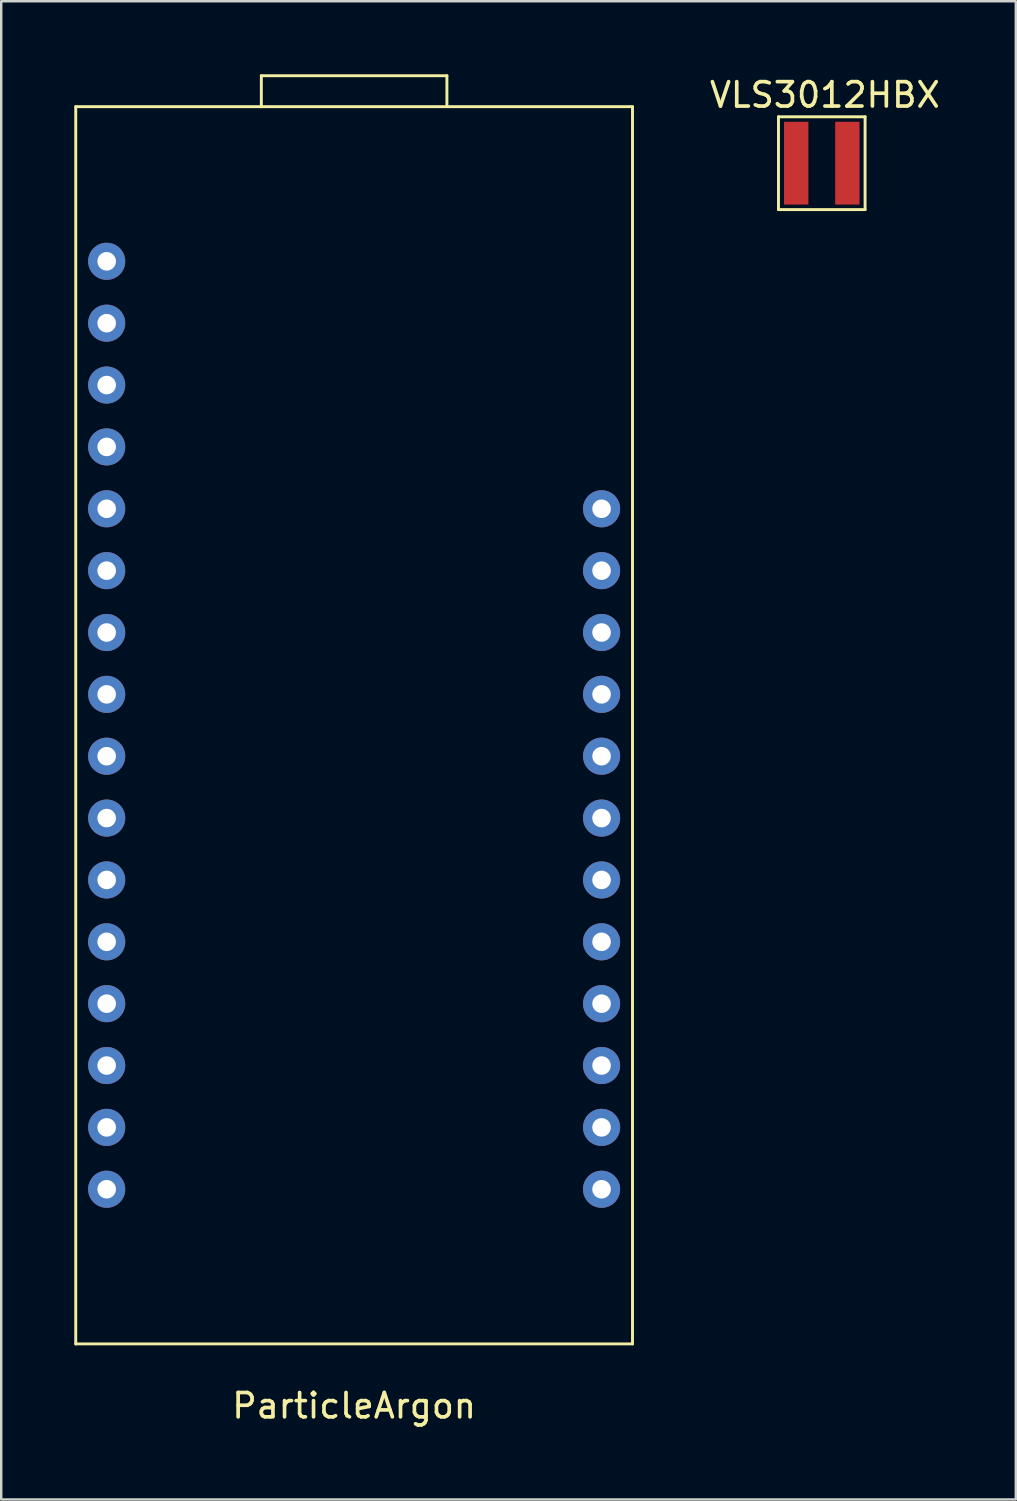
<source format=kicad_pcb>
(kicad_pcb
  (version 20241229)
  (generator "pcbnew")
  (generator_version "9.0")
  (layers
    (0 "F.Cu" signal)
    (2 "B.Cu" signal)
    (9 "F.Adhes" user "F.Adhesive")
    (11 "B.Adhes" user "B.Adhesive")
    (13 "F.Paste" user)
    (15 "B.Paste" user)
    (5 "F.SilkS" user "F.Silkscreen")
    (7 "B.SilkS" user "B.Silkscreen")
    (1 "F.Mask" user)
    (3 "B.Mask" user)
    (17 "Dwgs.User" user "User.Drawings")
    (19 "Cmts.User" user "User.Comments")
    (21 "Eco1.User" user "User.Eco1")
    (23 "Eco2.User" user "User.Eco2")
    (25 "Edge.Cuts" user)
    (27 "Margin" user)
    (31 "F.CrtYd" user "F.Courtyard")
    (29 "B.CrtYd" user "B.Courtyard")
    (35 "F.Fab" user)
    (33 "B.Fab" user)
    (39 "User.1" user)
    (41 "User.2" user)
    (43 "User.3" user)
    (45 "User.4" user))
  (footprint "ParticleArgon"
    (layer "F.Cu")
    (at 11.49 26.73)
    (property "Reference" "ParticleArgon" (at 0 27.94 0) (layer "F.SilkS") (effects (font (size 1 1) (thickness 0.15))))
    (attr through_hole)
    (fp_line (start -11.43 -25.4) (end -11.43 25.4) (stroke (width 0.12) (type solid)) (layer "F.SilkS"))
    (fp_line (start -11.43 25.4) (end 11.43 25.4) (stroke (width 0.12) (type solid)) (layer "F.SilkS"))
    (fp_line (start -3.81 -26.67) (end 3.81 -26.67) (stroke (width 0.12) (type solid)) (layer "F.SilkS"))
    (fp_line (start -3.81 -25.4) (end -3.81 -26.67) (stroke (width 0.12) (type solid)) (layer "F.SilkS"))
    (fp_line (start 3.81 -26.67) (end 3.81 -25.4) (stroke (width 0.12) (type solid)) (layer "F.SilkS"))
    (fp_line (start 11.43 -25.4) (end -11.43 -25.4) (stroke (width 0.12) (type solid)) (layer "F.SilkS"))
    (fp_line (start 11.43 25.4) (end 11.43 -25.4) (stroke (width 0.12) (type solid)) (layer "F.SilkS"))
    (pad "1" thru_hole circle (at -10.16 -19.05) (size 1.524 1.524) (drill 0.762) (layers "*.Cu" "*.Mask"))
    (pad "2" thru_hole circle (at -10.16 -16.51) (size 1.524 1.524) (drill 0.762) (layers "*.Cu" "*.Mask"))
    (pad "3" thru_hole circle (at -10.16 -13.97) (size 1.524 1.524) (drill 0.762) (layers "*.Cu" "*.Mask"))
    (pad "4" thru_hole circle (at -10.16 -11.43) (size 1.524 1.524) (drill 0.762) (layers "*.Cu" "*.Mask"))
    (pad "5" thru_hole circle (at -10.16 -8.89) (size 1.524 1.524) (drill 0.762) (layers "*.Cu" "*.Mask"))
    (pad "6" thru_hole circle (at -10.16 -6.35) (size 1.524 1.524) (drill 0.762) (layers "*.Cu" "*.Mask"))
    (pad "7" thru_hole circle (at -10.16 -3.81) (size 1.524 1.524) (drill 0.762) (layers "*.Cu" "*.Mask"))
    (pad "8" thru_hole circle (at -10.16 -1.27) (size 1.524 1.524) (drill 0.762) (layers "*.Cu" "*.Mask"))
    (pad "9" thru_hole circle (at -10.16 1.27) (size 1.524 1.524) (drill 0.762) (layers "*.Cu" "*.Mask"))
    (pad "10" thru_hole circle (at -10.16 3.81) (size 1.524 1.524) (drill 0.762) (layers "*.Cu" "*.Mask"))
    (pad "11" thru_hole circle (at -10.16 6.35) (size 1.524 1.524) (drill 0.762) (layers "*.Cu" "*.Mask"))
    (pad "12" thru_hole circle (at -10.16 8.89) (size 1.524 1.524) (drill 0.762) (layers "*.Cu" "*.Mask"))
    (pad "13" thru_hole circle (at -10.16 11.43) (size 1.524 1.524) (drill 0.762) (layers "*.Cu" "*.Mask"))
    (pad "14" thru_hole circle (at -10.16 13.97) (size 1.524 1.524) (drill 0.762) (layers "*.Cu" "*.Mask"))
    (pad "15" thru_hole circle (at -10.16 16.51) (size 1.524 1.524) (drill 0.762) (layers "*.Cu" "*.Mask"))
    (pad "16" thru_hole circle (at -10.16 19.05) (size 1.524 1.524) (drill 0.762) (layers "*.Cu" "*.Mask"))
    (pad "17" thru_hole circle (at 10.16 19.05) (size 1.524 1.524) (drill 0.762) (layers "*.Cu" "*.Mask"))
    (pad "18" thru_hole circle (at 10.16 16.51) (size 1.524 1.524) (drill 0.762) (layers "*.Cu" "*.Mask"))
    (pad "19" thru_hole circle (at 10.16 13.97) (size 1.524 1.524) (drill 0.762) (layers "*.Cu" "*.Mask"))
    (pad "20" thru_hole circle (at 10.16 11.43) (size 1.524 1.524) (drill 0.762) (layers "*.Cu" "*.Mask"))
    (pad "21" thru_hole circle (at 10.16 8.89) (size 1.524 1.524) (drill 0.762) (layers "*.Cu" "*.Mask"))
    (pad "22" thru_hole circle (at 10.16 6.35) (size 1.524 1.524) (drill 0.762) (layers "*.Cu" "*.Mask"))
    (pad "23" thru_hole circle (at 10.16 3.81) (size 1.524 1.524) (drill 0.762) (layers "*.Cu" "*.Mask"))
    (pad "24" thru_hole circle (at 10.16 1.27) (size 1.524 1.524) (drill 0.762) (layers "*.Cu" "*.Mask"))
    (pad "25" thru_hole circle (at 10.16 -1.27) (size 1.524 1.524) (drill 0.762) (layers "*.Cu" "*.Mask"))
    (pad "26" thru_hole circle (at 10.16 -3.81) (size 1.524 1.524) (drill 0.762) (layers "*.Cu" "*.Mask"))
    (pad "27" thru_hole circle (at 10.16 -6.35) (size 1.524 1.524) (drill 0.762) (layers "*.Cu" "*.Mask"))
    (pad "28" thru_hole circle (at 10.16 -8.89) (size 1.524 1.524) (drill 0.762) (layers "*.Cu" "*.Mask")))
  (footprint "VLS3012HBX"
    (layer "F.Cu")
    (at 30.692 3.65)
    (property "Reference" "VLS3012HBX" (at 0.127 -2.802 0) (layer "F.SilkS") (effects (font (size 1 1) (thickness 0.15))))
    (attr through_hole)
    (fp_line (start -1.778 -1.905) (end 1.778 -1.905) (stroke (width 0.12) (type solid)) (layer "F.SilkS"))
    (fp_line (start -1.778 1.905) (end -1.778 -1.905) (stroke (width 0.12) (type solid)) (layer "F.SilkS"))
    (fp_line (start 1.778 -1.905) (end 1.778 1.905) (stroke (width 0.12) (type solid)) (layer "F.SilkS"))
    (fp_line (start 1.778 1.905) (end -1.778 1.905) (stroke (width 0.12) (type solid)) (layer "F.SilkS"))
    (pad "1" smd rect (at -1.05 0) (size 1 3.4) (layers "F.Cu" "F.Mask" "F.Paste"))
    (pad "2" smd rect (at 1.05 0) (size 1 3.4) (layers "F.Cu" "F.Mask" "F.Paste")))
  (gr_rect
    (start -3 -3)
    (end 38.659 58.518)
    (stroke (width 0.1) (type default))
    (fill no)
    (layer "Edge.Cuts")))
</source>
